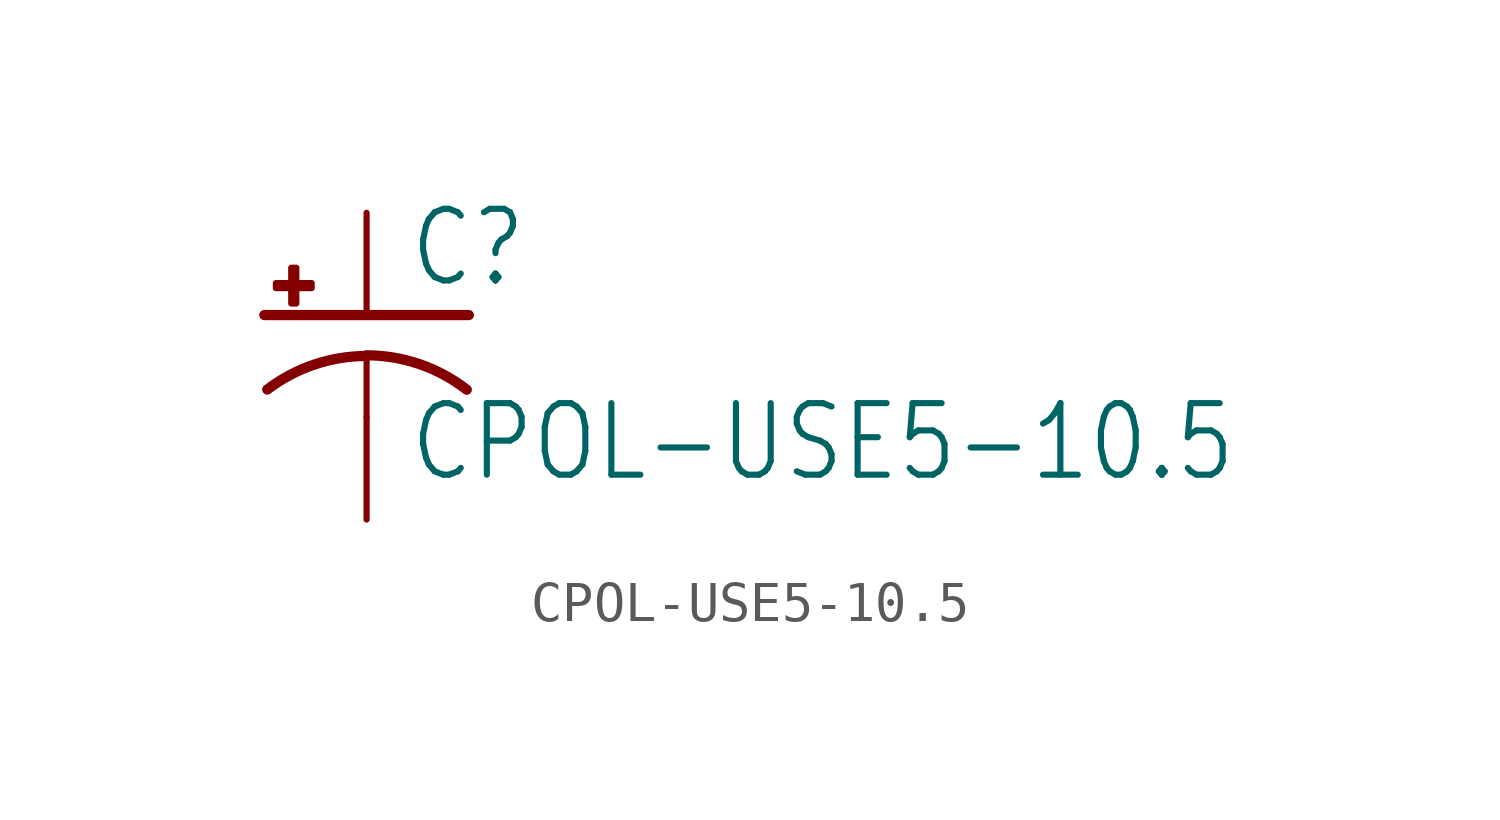
<source format=kicad_sym>
(kicad_symbol_lib
  (version 20220331)
  (generator kicad_symbol_editor)
  (symbol "CPOL-USE5-10.5"
    (property "Reference" "C"
      (at 1.016 0.635 0)
      (effects (font (size 1.778 1.511)) (justify left bottom)))
    (property "Value" "CPOL-USE5-10.5"
      (at 1.016 -4.191 0)
      (effects (font (size 1.778 1.511)) (justify left bottom)))
    (property "ki_locked" ""
      (at 0 0 0)
      (effects (font (size 1.27 1.27))))
    (symbol "CPOL-USE5-10.5_1_0"
      (rectangle (start -2.253 0.668) (end -1.364 0.795) (stroke (width 0) (type default)) (fill (type outline)))
      (rectangle (start -1.872 0.287) (end -1.745 1.176) (stroke (width 0) (type default)) (fill (type outline)))
      (arc (start 0 -1.0161) (mid -1.3021 -1.2302) (end -2.4669 -1.8504) (stroke (width 0.254) (type solid)) (fill (type none)))
      (polyline (pts (xy -2.54 0) (xy 2.54 0)) (stroke (width 0.254) (type solid)) (fill (type none)))
      (polyline (pts (xy 0 -1.016) (xy 0 -2.54)) (stroke (width 0.152) (type solid)) (fill (type none)))
      (arc (start 2.4892 -1.8542) (mid 1.3158 -1.2195) (end 0 -1) (stroke (width 0.254) (type solid)) (fill (type none)))
      (pin passive line (at 0 2.54 270) (length 2.54) (name "+" (effects (font (size 0 0)))) (number "+" (effects (font (size 0 0)))))
      (pin passive line (at 0 -5.08 90) (length 2.54) (name "-" (effects (font (size 0 0)))) (number "-" (effects (font (size 0 0))))))))
</source>
